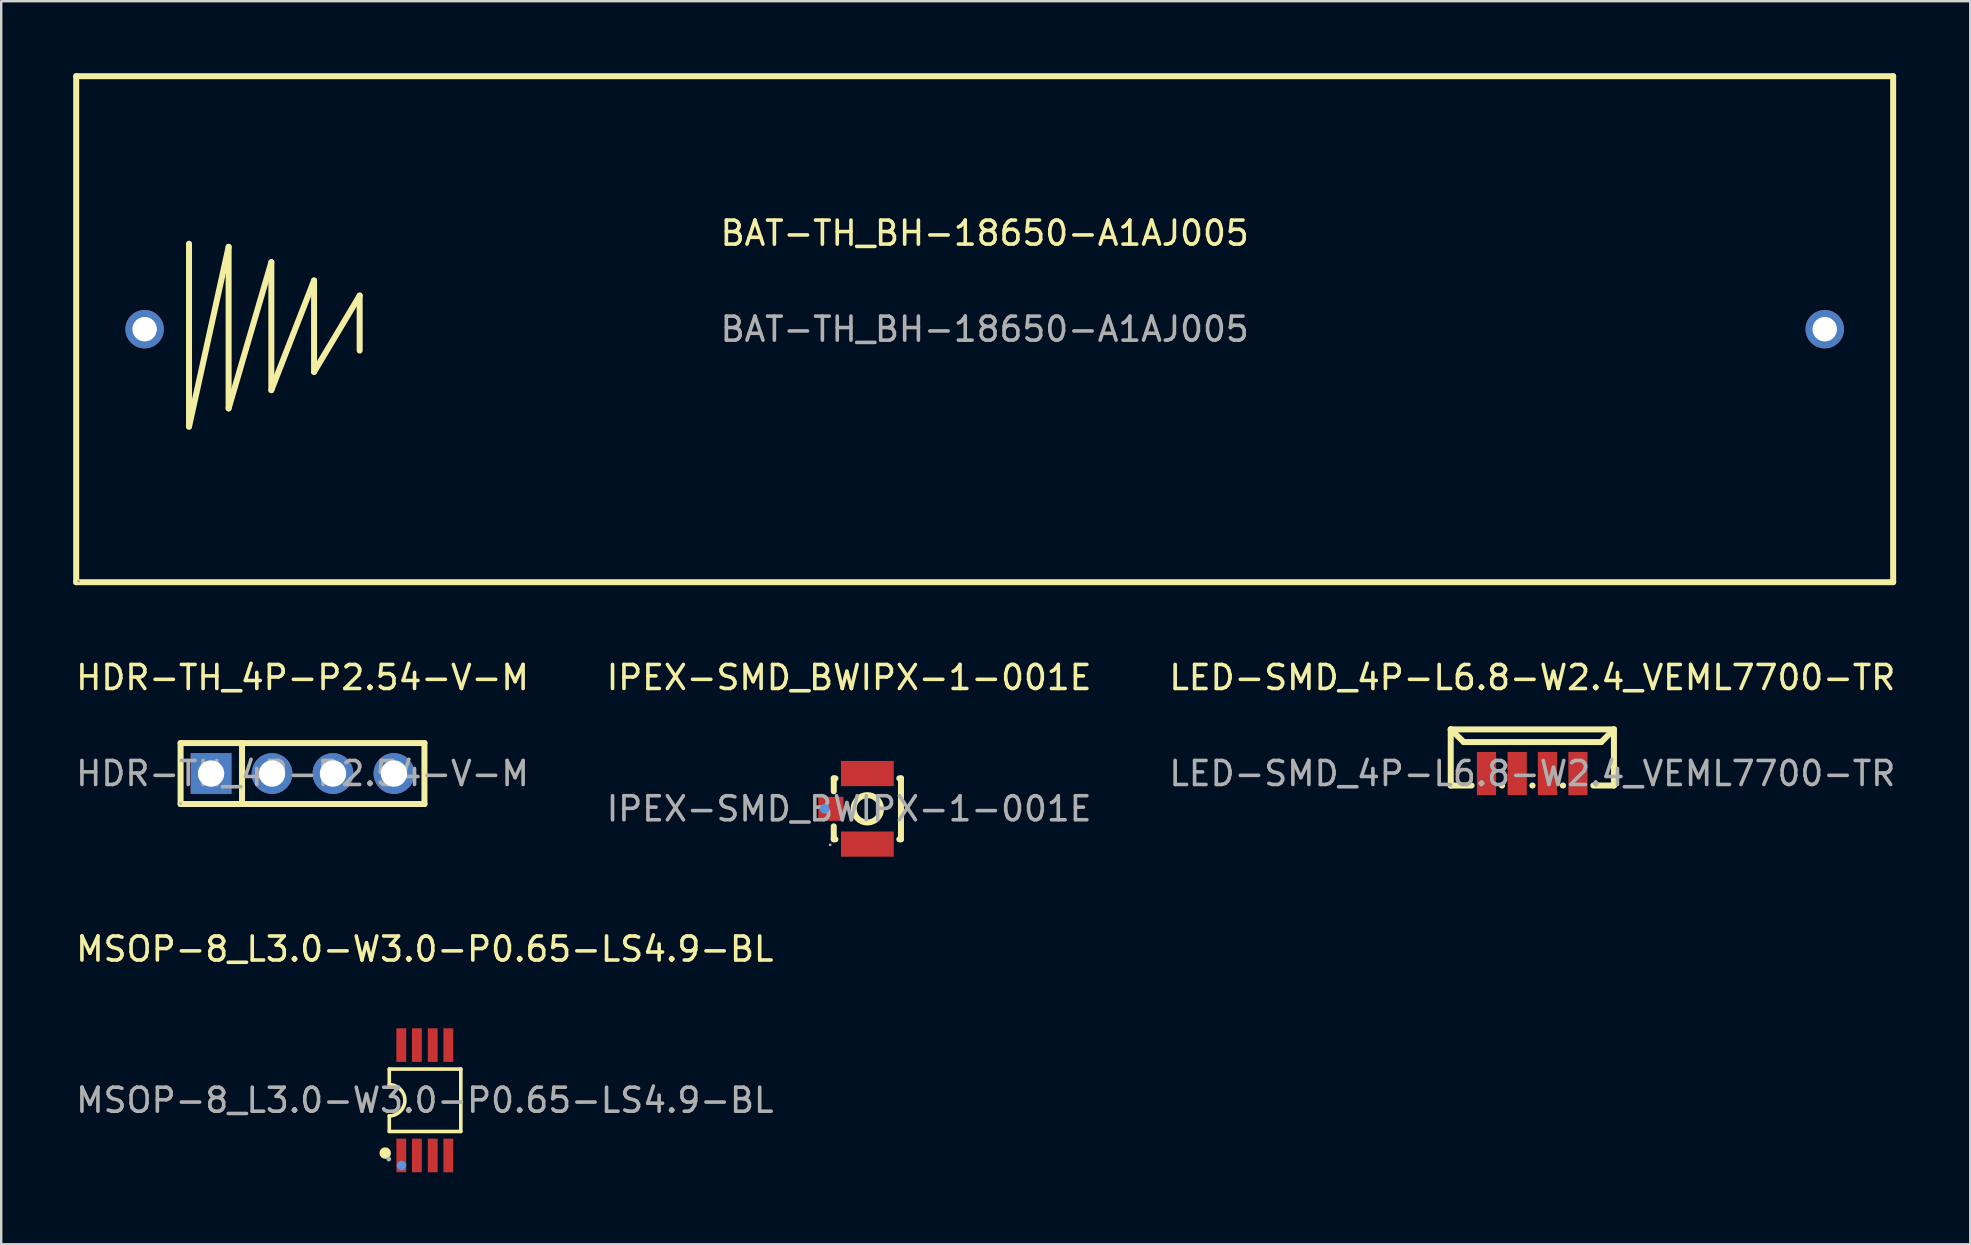
<source format=kicad_pcb>
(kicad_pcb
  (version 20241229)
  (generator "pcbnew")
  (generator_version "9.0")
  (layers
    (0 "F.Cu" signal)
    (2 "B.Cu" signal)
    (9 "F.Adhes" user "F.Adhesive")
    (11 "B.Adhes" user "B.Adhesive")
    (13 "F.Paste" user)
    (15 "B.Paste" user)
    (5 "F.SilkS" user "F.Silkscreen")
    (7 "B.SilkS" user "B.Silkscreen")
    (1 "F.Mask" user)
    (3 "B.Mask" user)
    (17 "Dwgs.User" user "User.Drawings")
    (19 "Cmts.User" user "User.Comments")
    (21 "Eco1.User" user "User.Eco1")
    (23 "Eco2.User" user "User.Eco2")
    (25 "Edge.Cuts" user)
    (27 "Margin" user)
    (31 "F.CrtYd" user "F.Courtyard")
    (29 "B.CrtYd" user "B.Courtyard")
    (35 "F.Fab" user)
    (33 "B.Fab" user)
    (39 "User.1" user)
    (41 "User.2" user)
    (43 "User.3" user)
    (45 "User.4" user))
  (footprint "LED-SMD_4P-L6.8-W2.4_VEML7700-TR"
    (layer "F.Cu")
    (at 60.792 29.178)
    (property "Reference" "LED-SMD_4P-L6.8-W2.4_VEML7700-TR" (at 0 -4 0) (layer "F.SilkS") (effects (font (size 1 1) (thickness 0.15))))
    (attr smd)
    (fp_line (start -3.4 -1.84) (end -3.39 -1.84) (stroke (width 0.25) (type solid)) (layer "F.SilkS"))
    (fp_line (start -3.4 -1.84) (end 3.4 -1.84) (stroke (width 0.25) (type solid)) (layer "F.SilkS"))
    (fp_line (start -3.4 0.5) (end -3.4 -1.84) (stroke (width 0.25) (type solid)) (layer "F.SilkS"))
    (fp_line (start -3.39 -1.84) (end -2.86 -1.31) (stroke (width 0.25) (type solid)) (layer "F.SilkS"))
    (fp_line (start -2.86 -1.31) (end 2.87 -1.31) (stroke (width 0.25) (type solid)) (layer "F.SilkS"))
    (fp_line (start -2.53 0.5) (end -3.4 0.5) (stroke (width 0.25) (type solid)) (layer "F.SilkS"))
    (fp_line (start -1.26 0.5) (end -1.27 0.5) (stroke (width 0.25) (type solid)) (layer "F.SilkS"))
    (fp_line (start 0.01 0.5) (end 0 0.5) (stroke (width 0.25) (type solid)) (layer "F.SilkS"))
    (fp_line (start 1.28 0.5) (end 1.27 0.5) (stroke (width 0.25) (type solid)) (layer "F.SilkS"))
    (fp_line (start 2.87 -1.31) (end 3.4 -1.84) (stroke (width 0.25) (type solid)) (layer "F.SilkS"))
    (fp_line (start 3.4 -1.84) (end 3.4 0.5) (stroke (width 0.25) (type solid)) (layer "F.SilkS"))
    (fp_line (start 3.4 0.5) (end 2.54 0.5) (stroke (width 0.25) (type solid)) (layer "F.SilkS"))
    (fp_circle (center -3.4 0.5) (end -3.37 0.5) (stroke (width 0.06) (type solid)) (fill no) (layer "F.Fab"))
    (fp_text user "${REFERENCE}" (at 0 0 0) (layer "F.Fab") (effects (font (size 1 1) (thickness 0.15))))
    (pad "1" smd rect (at 1.9 0) (size 0.8 1.8) (layers "F.Cu" "F.Mask" "F.Paste"))
    (pad "2" smd rect (at 0.63 0) (size 0.8 1.8) (layers "F.Cu" "F.Mask" "F.Paste"))
    (pad "3" smd rect (at -0.63 0) (size 0.8 1.8) (layers "F.Cu" "F.Mask" "F.Paste"))
    (pad "4" smd rect (at -1.91 0) (size 0.8 1.8) (layers "F.Cu" "F.Mask" "F.Paste")))
  (footprint "HDR-TH_4P-P2.54-V-M"
    (layer "F.Cu")
    (at 9.554 29.178)
    (property "Reference" "HDR-TH_4P-P2.54-V-M" (at 0 -4 0) (layer "F.SilkS") (effects (font (size 1 1) (thickness 0.15))))
    (attr through_hole)
    (fp_line (start -5.08 -1.27) (end -2.52 -1.27) (stroke (width 0.25) (type solid)) (layer "F.SilkS"))
    (fp_line (start -5.08 1.27) (end -5.08 -1.27) (stroke (width 0.25) (type solid)) (layer "F.SilkS"))
    (fp_line (start -2.52 -1.27) (end -2.52 1.27) (stroke (width 0.25) (type solid)) (layer "F.SilkS"))
    (fp_line (start -2.52 -1.27) (end 5.08 -1.27) (stroke (width 0.25) (type solid)) (layer "F.SilkS"))
    (fp_line (start 5.08 -1.27) (end 5.08 1.27) (stroke (width 0.25) (type solid)) (layer "F.SilkS"))
    (fp_line (start 5.08 1.27) (end -5.08 1.27) (stroke (width 0.25) (type solid)) (layer "F.SilkS"))
    (fp_circle (center -5.08 1.25) (end -5.05 1.25) (stroke (width 0.06) (type solid)) (fill no) (layer "F.Fab"))
    (fp_text user "${REFERENCE}" (at 0 0 0) (layer "F.Fab") (effects (font (size 1 1) (thickness 0.15))))
    (pad "1" thru_hole rect (at -3.81 0) (size 1.7 1.7) (drill 1.1) (layers "*.Cu" "*.Mask"))
    (pad "2" thru_hole circle (at -1.27 0) (size 1.7 1.7) (drill 1.1) (layers "*.Cu" "*.Mask"))
    (pad "3" thru_hole circle (at 1.27 0) (size 1.7 1.7) (drill 1.1) (layers "*.Cu" "*.Mask"))
    (pad "4" thru_hole circle (at 3.81 0) (size 1.7 1.7) (drill 1.1) (layers "*.Cu" "*.Mask")))
  (footprint "IPEX-SMD_BWIPX-1-001E"
    (layer "F.Cu")
    (at 32.327 30.648)
    (property "Reference" "IPEX-SMD_BWIPX-1-001E" (at 0 -5.47 0) (layer "F.SilkS") (effects (font (size 1 1) (thickness 0.15))))
    (attr smd)
    (fp_line (start -0.64 -1.27) (end -0.64 -0.73) (stroke (width 0.25) (type solid)) (layer "F.SilkS"))
    (fp_line (start -0.64 0.73) (end -0.64 1.27) (stroke (width 0.25) (type solid)) (layer "F.SilkS"))
    (fp_line (start -0.64 1.27) (end -0.57 1.27) (stroke (width 0.25) (type solid)) (layer "F.SilkS"))
    (fp_line (start -0.57 -1.27) (end -0.64 -1.27) (stroke (width 0.25) (type solid)) (layer "F.SilkS"))
    (fp_line (start 2.09 1.27) (end 2.16 1.27) (stroke (width 0.25) (type solid)) (layer "F.SilkS"))
    (fp_line (start 2.16 -1.27) (end 2.09 -1.27) (stroke (width 0.25) (type solid)) (layer "F.SilkS"))
    (fp_line (start 2.16 -0.73) (end 2.16 -1.27) (stroke (width 0.25) (type solid)) (layer "F.SilkS"))
    (fp_line (start 2.16 -0.73) (end 2.16 0.73) (stroke (width 0.25) (type solid)) (layer "F.SilkS"))
    (fp_line (start 2.16 1.27) (end 2.16 0.73) (stroke (width 0.25) (type solid)) (layer "F.SilkS"))
    (fp_circle (center 0.76 0) (end 1.33 0) (stroke (width 0.25) (type solid)) (fill no) (layer "F.SilkS"))
    (fp_circle (center -1.02 0) (end -0.92 0) (stroke (width 0.2) (type solid)) (fill no) (layer "Cmts.User"))
    (fp_circle (center -0.79 1.5) (end -0.76 1.5) (stroke (width 0.06) (type solid)) (fill no) (layer "F.Fab"))
    (fp_text user "${REFERENCE}" (at 0 0 0) (layer "F.Fab") (effects (font (size 1 1) (thickness 0.15))))
    (pad "1" smd rect (at -0.76 0 180) (size 1.05 1) (layers "F.Cu" "F.Mask" "F.Paste"))
    (pad "2" smd rect (at 0.76 1.47 180) (size 2.2 1.05) (layers "F.Cu" "F.Mask" "F.Paste"))
    (pad "3" smd rect (at 0.76 -1.47 180) (size 2.2 1.05) (layers "F.Cu" "F.Mask" "F.Paste")))
  (footprint "MSOP-8_L3.0-W3.0-P0.65-LS4.9-BL"
    (layer "F.Cu")
    (at 14.649 42.791)
    (property "Reference" "MSOP-8_L3.0-W3.0-P0.65-LS4.9-BL" (at 0 -6.3 0) (layer "F.SilkS") (effects (font (size 1 1) (thickness 0.15))))
    (attr smd)
    (fp_line (start -1.48 -1.3) (end -1.48 -0.65) (stroke (width 0.15) (type solid)) (layer "F.SilkS"))
    (fp_line (start -1.48 0.65) (end -1.48 1.3) (stroke (width 0.15) (type solid)) (layer "F.SilkS"))
    (fp_line (start -1.48 1.3) (end 1.5 1.3) (stroke (width 0.15) (type solid)) (layer "F.SilkS"))
    (fp_line (start 1.5 -1.3) (end -1.48 -1.3) (stroke (width 0.15) (type solid)) (layer "F.SilkS"))
    (fp_line (start 1.5 1.3) (end 1.5 -1.3) (stroke (width 0.15) (type solid)) (layer "F.SilkS"))
    (fp_arc (start -1.48 -0.65) (mid -0.83 0) (end -1.48 0.65) (stroke (width 0.15) (type solid)) (layer "F.SilkS"))
    (fp_circle (center -1.65 2.2) (end -1.53 2.2) (stroke (width 0.24) (type solid)) (fill no) (layer "F.SilkS"))
    (fp_circle (center -0.97 2.72) (end -0.87 2.72) (stroke (width 0.2) (type solid)) (fill no) (layer "Cmts.User"))
    (fp_circle (center -1.5 2.45) (end -1.45 2.45) (stroke (width 0.1) (type solid)) (fill no) (layer "F.Fab"))
    (fp_text user "${REFERENCE}" (at 0 0 0) (layer "F.Fab") (effects (font (size 1 1) (thickness 0.15))))
    (pad "1" smd rect (at -0.98 2.3) (size 0.41 1.4) (layers "F.Cu" "F.Mask" "F.Paste"))
    (pad "2" smd rect (at -0.33 2.3) (size 0.41 1.4) (layers "F.Cu" "F.Mask" "F.Paste"))
    (pad "3" smd rect (at 0.33 2.3) (size 0.41 1.4) (layers "F.Cu" "F.Mask" "F.Paste"))
    (pad "4" smd rect (at 0.98 2.3) (size 0.41 1.4) (layers "F.Cu" "F.Mask" "F.Paste"))
    (pad "5" smd rect (at 0.98 -2.3) (size 0.41 1.4) (layers "F.Cu" "F.Mask" "F.Paste"))
    (pad "6" smd rect (at 0.33 -2.3) (size 0.41 1.4) (layers "F.Cu" "F.Mask" "F.Paste"))
    (pad "7" smd rect (at -0.33 -2.3) (size 0.41 1.4) (layers "F.Cu" "F.Mask" "F.Paste"))
    (pad "8" smd rect (at -0.98 -2.3) (size 0.41 1.4) (layers "F.Cu" "F.Mask" "F.Paste")))
  (footprint "BAT-TH_BH-18650-A1AJ005"
    (layer "F.Cu")
    (at 37.975 10.665)
    (property "Reference" "BAT-TH_BH-18650-A1AJ005" (at 0 -4 0) (layer "F.SilkS") (effects (font (size 1 1) (thickness 0.15))))
    (attr smd)
    (fp_line (start -37.85 -10.54) (end 37.85 -10.54) (stroke (width 0.25) (type solid)) (layer "F.SilkS"))
    (fp_line (start -37.85 10.54) (end -37.85 -10.54) (stroke (width 0.25) (type solid)) (layer "F.SilkS"))
    (fp_line (start -33.15 -3.56) (end -33.15 4.06) (stroke (width 0.25) (type solid)) (layer "F.SilkS"))
    (fp_line (start -33.15 4.06) (end -31.5 -3.43) (stroke (width 0.25) (type solid)) (layer "F.SilkS"))
    (fp_line (start -31.5 -3.43) (end -31.5 3.3) (stroke (width 0.25) (type solid)) (layer "F.SilkS"))
    (fp_line (start -31.5 3.3) (end -29.72 -2.79) (stroke (width 0.25) (type solid)) (layer "F.SilkS"))
    (fp_line (start -29.72 -2.79) (end -29.72 2.54) (stroke (width 0.25) (type solid)) (layer "F.SilkS"))
    (fp_line (start -29.72 2.54) (end -27.94 -2.03) (stroke (width 0.25) (type solid)) (layer "F.SilkS"))
    (fp_line (start -27.94 -2.03) (end -27.94 1.78) (stroke (width 0.25) (type solid)) (layer "F.SilkS"))
    (fp_line (start -27.94 1.78) (end -26.04 -1.4) (stroke (width 0.25) (type solid)) (layer "F.SilkS"))
    (fp_line (start -26.04 -1.4) (end -26.04 0.89) (stroke (width 0.25) (type solid)) (layer "F.SilkS"))
    (fp_line (start 37.85 -10.54) (end 37.85 10.54) (stroke (width 0.25) (type solid)) (layer "F.SilkS"))
    (fp_line (start 37.85 10.54) (end -37.85 10.54) (stroke (width 0.25) (type solid)) (layer "F.SilkS"))
    (fp_circle (center -37.75 10.5) (end -37.72 10.5) (stroke (width 0.06) (type solid)) (fill no) (layer "F.Fab"))
    (fp_text user "${REFERENCE}" (at 0 0 0) (layer "F.Fab") (effects (font (size 1 1) (thickness 0.15))))
    (pad "1" thru_hole circle (at -35 0) (size 1.6 1.6) (drill 1.02) (layers "*.Cu" "*.Paste" "*.Mask"))
    (pad "2" thru_hole circle (at 35 0) (size 1.6 1.6) (drill 1.02) (layers "*.Cu" "*.Paste" "*.Mask")))
  (gr_rect
    (start -3 -3)
    (end 79.036 48.791)
    (stroke (width 0.1) (type default))
    (fill no)
    (layer "Edge.Cuts")))
</source>
